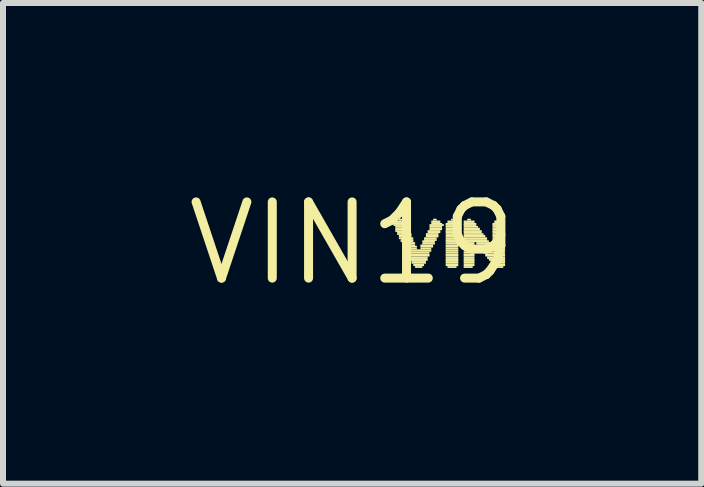
<source format=kicad_pcb>
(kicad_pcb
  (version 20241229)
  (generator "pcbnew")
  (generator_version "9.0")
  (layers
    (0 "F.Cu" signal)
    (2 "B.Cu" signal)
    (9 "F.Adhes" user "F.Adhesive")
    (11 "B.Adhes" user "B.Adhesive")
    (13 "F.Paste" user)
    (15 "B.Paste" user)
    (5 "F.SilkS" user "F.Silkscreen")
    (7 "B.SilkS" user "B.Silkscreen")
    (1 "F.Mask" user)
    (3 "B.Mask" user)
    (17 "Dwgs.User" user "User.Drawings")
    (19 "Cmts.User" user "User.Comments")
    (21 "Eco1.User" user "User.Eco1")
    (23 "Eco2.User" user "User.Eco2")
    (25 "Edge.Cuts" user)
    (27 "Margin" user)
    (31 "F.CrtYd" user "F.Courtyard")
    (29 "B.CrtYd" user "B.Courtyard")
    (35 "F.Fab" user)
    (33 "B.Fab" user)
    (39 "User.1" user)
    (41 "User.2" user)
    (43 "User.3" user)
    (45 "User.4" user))
  (footprint "VIN19"
    (layer "F.Cu")
    (at 2.819 1.006)
    (property "Reference" "VIN19" (at 0 0 0) (layer "F.SilkS") (effects (font (size 1.27 1.27) (thickness 0.15))))
    (fp_poly (pts (xy 0.69 -0.31) (xy 0.9 -0.31) (xy 0.9 -0.34) (xy 0.69 -0.34)) (stroke (width 0) (type default)) (fill yes) (layer "F.SilkS"))
    (fp_poly (pts (xy 0.69 -0.29) (xy 0.9 -0.29) (xy 0.9 -0.32) (xy 0.69 -0.32)) (stroke (width 0) (type default)) (fill yes) (layer "F.SilkS"))
    (fp_poly (pts (xy 0.72 -0.34) (xy 0.87 -0.34) (xy 0.87 -0.38) (xy 0.72 -0.38)) (stroke (width 0) (type default)) (fill yes) (layer "F.SilkS"))
    (fp_poly (pts (xy 0.72 -0.26) (xy 0.93 -0.26) (xy 0.93 -0.29) (xy 0.72 -0.29)) (stroke (width 0) (type default)) (fill yes) (layer "F.SilkS"))
    (fp_poly (pts (xy 0.72 -0.22) (xy 0.93 -0.22) (xy 0.93 -0.26) (xy 0.72 -0.26)) (stroke (width 0) (type default)) (fill yes) (layer "F.SilkS"))
    (fp_poly (pts (xy 0.72 -0.19) (xy 0.96 -0.19) (xy 0.96 -0.22) (xy 0.72 -0.22)) (stroke (width 0) (type default)) (fill yes) (layer "F.SilkS"))
    (fp_poly (pts (xy 0.75 -0.17) (xy 0.96 -0.17) (xy 0.96 -0.2) (xy 0.75 -0.2)) (stroke (width 0) (type default)) (fill yes) (layer "F.SilkS"))
    (fp_poly (pts (xy 0.75 -0.14) (xy 0.99 -0.14) (xy 0.99 -0.17) (xy 0.75 -0.17)) (stroke (width 0) (type default)) (fill yes) (layer "F.SilkS"))
    (fp_poly (pts (xy 0.78 -0.38) (xy 0.84 -0.38) (xy 0.84 -0.41) (xy 0.78 -0.41)) (stroke (width 0) (type default)) (fill yes) (layer "F.SilkS"))
    (fp_poly (pts (xy 0.78 -0.1) (xy 0.99 -0.1) (xy 0.99 -0.14) (xy 0.78 -0.14)) (stroke (width 0) (type default)) (fill yes) (layer "F.SilkS"))
    (fp_poly (pts (xy 0.78 -0.07) (xy 1.02 -0.07) (xy 1.02 -0.1) (xy 0.78 -0.1)) (stroke (width 0) (type default)) (fill yes) (layer "F.SilkS"))
    (fp_poly (pts (xy 0.81 -0.04) (xy 1.02 -0.04) (xy 1.02 -0.07) (xy 0.81 -0.07)) (stroke (width 0) (type default)) (fill yes) (layer "F.SilkS"))
    (fp_poly (pts (xy 0.81 -0.02) (xy 1.02 -0.02) (xy 1.02 -0.05) (xy 0.81 -0.05)) (stroke (width 0) (type default)) (fill yes) (layer "F.SilkS"))
    (fp_poly (pts (xy 0.84 0.02) (xy 1.05 0.02) (xy 1.05 -0.02) (xy 0.84 -0.02)) (stroke (width 0) (type default)) (fill yes) (layer "F.SilkS"))
    (fp_poly (pts (xy 0.84 0.05) (xy 1.05 0.05) (xy 1.05 0.02) (xy 0.84 0.02)) (stroke (width 0) (type default)) (fill yes) (layer "F.SilkS"))
    (fp_poly (pts (xy 0.87 0.07) (xy 1.08 0.07) (xy 1.08 0.04) (xy 0.87 0.04)) (stroke (width 0) (type default)) (fill yes) (layer "F.SilkS"))
    (fp_poly (pts (xy 0.87 0.1) (xy 1.08 0.1) (xy 1.08 0.07) (xy 0.87 0.07)) (stroke (width 0) (type default)) (fill yes) (layer "F.SilkS"))
    (fp_poly (pts (xy 0.9 0.14) (xy 1.32 0.14) (xy 1.32 0.1) (xy 0.9 0.1)) (stroke (width 0) (type default)) (fill yes) (layer "F.SilkS"))
    (fp_poly (pts (xy 0.9 0.17) (xy 1.29 0.17) (xy 1.29 0.14) (xy 0.9 0.14)) (stroke (width 0) (type default)) (fill yes) (layer "F.SilkS"))
    (fp_poly (pts (xy 0.93 0.2) (xy 1.29 0.2) (xy 1.29 0.17) (xy 0.93 0.17)) (stroke (width 0) (type default)) (fill yes) (layer "F.SilkS"))
    (fp_poly (pts (xy 0.93 0.22) (xy 1.29 0.22) (xy 1.29 0.19) (xy 0.93 0.19)) (stroke (width 0) (type default)) (fill yes) (layer "F.SilkS"))
    (fp_poly (pts (xy 0.96 0.26) (xy 1.26 0.26) (xy 1.26 0.22) (xy 0.96 0.22)) (stroke (width 0) (type default)) (fill yes) (layer "F.SilkS"))
    (fp_poly (pts (xy 0.96 0.29) (xy 1.26 0.29) (xy 1.26 0.26) (xy 0.96 0.26)) (stroke (width 0) (type default)) (fill yes) (layer "F.SilkS"))
    (fp_poly (pts (xy 0.99 0.31) (xy 1.23 0.31) (xy 1.23 0.28) (xy 0.99 0.28)) (stroke (width 0) (type default)) (fill yes) (layer "F.SilkS"))
    (fp_poly (pts (xy 0.99 0.34) (xy 1.23 0.34) (xy 1.23 0.31) (xy 0.99 0.31)) (stroke (width 0) (type default)) (fill yes) (layer "F.SilkS"))
    (fp_poly (pts (xy 1.02 0.38) (xy 1.2 0.38) (xy 1.2 0.34) (xy 1.02 0.34)) (stroke (width 0) (type default)) (fill yes) (layer "F.SilkS"))
    (fp_poly (pts (xy 1.05 0.41) (xy 1.17 0.41) (xy 1.17 0.38) (xy 1.05 0.38)) (stroke (width 0) (type default)) (fill yes) (layer "F.SilkS"))
    (fp_poly (pts (xy 1.14 0.05) (xy 1.35 0.05) (xy 1.35 0.02) (xy 1.14 0.02)) (stroke (width 0) (type default)) (fill yes) (layer "F.SilkS"))
    (fp_poly (pts (xy 1.14 0.07) (xy 1.35 0.07) (xy 1.35 0.04) (xy 1.14 0.04)) (stroke (width 0) (type default)) (fill yes) (layer "F.SilkS"))
    (fp_poly (pts (xy 1.14 0.1) (xy 1.32 0.1) (xy 1.32 0.07) (xy 1.14 0.07)) (stroke (width 0) (type default)) (fill yes) (layer "F.SilkS"))
    (fp_poly (pts (xy 1.17 -0.02) (xy 1.38 -0.02) (xy 1.38 -0.05) (xy 1.17 -0.05)) (stroke (width 0) (type default)) (fill yes) (layer "F.SilkS"))
    (fp_poly (pts (xy 1.17 0.02) (xy 1.38 0.02) (xy 1.38 -0.02) (xy 1.17 -0.02)) (stroke (width 0) (type default)) (fill yes) (layer "F.SilkS"))
    (fp_poly (pts (xy 1.2 -0.07) (xy 1.41 -0.07) (xy 1.41 -0.1) (xy 1.2 -0.1)) (stroke (width 0) (type default)) (fill yes) (layer "F.SilkS"))
    (fp_poly (pts (xy 1.2 -0.04) (xy 1.41 -0.04) (xy 1.41 -0.07) (xy 1.2 -0.07)) (stroke (width 0) (type default)) (fill yes) (layer "F.SilkS"))
    (fp_poly (pts (xy 1.23 -0.14) (xy 1.44 -0.14) (xy 1.44 -0.17) (xy 1.23 -0.17)) (stroke (width 0) (type default)) (fill yes) (layer "F.SilkS"))
    (fp_poly (pts (xy 1.23 -0.1) (xy 1.44 -0.1) (xy 1.44 -0.14) (xy 1.23 -0.14)) (stroke (width 0) (type default)) (fill yes) (layer "F.SilkS"))
    (fp_poly (pts (xy 1.26 -0.19) (xy 1.47 -0.19) (xy 1.47 -0.22) (xy 1.26 -0.22)) (stroke (width 0) (type default)) (fill yes) (layer "F.SilkS"))
    (fp_poly (pts (xy 1.26 -0.17) (xy 1.47 -0.17) (xy 1.47 -0.2) (xy 1.26 -0.2)) (stroke (width 0) (type default)) (fill yes) (layer "F.SilkS"))
    (fp_poly (pts (xy 1.29 -0.29) (xy 1.53 -0.29) (xy 1.53 -0.32) (xy 1.29 -0.32)) (stroke (width 0) (type default)) (fill yes) (layer "F.SilkS"))
    (fp_poly (pts (xy 1.29 -0.26) (xy 1.5 -0.26) (xy 1.5 -0.29) (xy 1.29 -0.29)) (stroke (width 0) (type default)) (fill yes) (layer "F.SilkS"))
    (fp_poly (pts (xy 1.29 -0.22) (xy 1.5 -0.22) (xy 1.5 -0.26) (xy 1.29 -0.26)) (stroke (width 0) (type default)) (fill yes) (layer "F.SilkS"))
    (fp_poly (pts (xy 1.32 -0.34) (xy 1.47 -0.34) (xy 1.47 -0.38) (xy 1.32 -0.38)) (stroke (width 0) (type default)) (fill yes) (layer "F.SilkS"))
    (fp_poly (pts (xy 1.32 -0.31) (xy 1.5 -0.31) (xy 1.5 -0.34) (xy 1.32 -0.34)) (stroke (width 0) (type default)) (fill yes) (layer "F.SilkS"))
    (fp_poly (pts (xy 1.35 -0.38) (xy 1.41 -0.38) (xy 1.41 -0.41) (xy 1.35 -0.41)) (stroke (width 0) (type default)) (fill yes) (layer "F.SilkS"))
    (fp_poly (pts (xy 1.56 -0.31) (xy 1.77 -0.31) (xy 1.77 -0.34) (xy 1.56 -0.34)) (stroke (width 0) (type default)) (fill yes) (layer "F.SilkS"))
    (fp_poly (pts (xy 1.56 -0.29) (xy 1.77 -0.29) (xy 1.77 -0.32) (xy 1.56 -0.32)) (stroke (width 0) (type default)) (fill yes) (layer "F.SilkS"))
    (fp_poly (pts (xy 1.56 -0.26) (xy 1.77 -0.26) (xy 1.77 -0.29) (xy 1.56 -0.29)) (stroke (width 0) (type default)) (fill yes) (layer "F.SilkS"))
    (fp_poly (pts (xy 1.56 -0.22) (xy 1.77 -0.22) (xy 1.77 -0.26) (xy 1.56 -0.26)) (stroke (width 0) (type default)) (fill yes) (layer "F.SilkS"))
    (fp_poly (pts (xy 1.56 -0.19) (xy 1.77 -0.19) (xy 1.77 -0.22) (xy 1.56 -0.22)) (stroke (width 0) (type default)) (fill yes) (layer "F.SilkS"))
    (fp_poly (pts (xy 1.56 -0.17) (xy 1.77 -0.17) (xy 1.77 -0.2) (xy 1.56 -0.2)) (stroke (width 0) (type default)) (fill yes) (layer "F.SilkS"))
    (fp_poly (pts (xy 1.56 -0.14) (xy 1.77 -0.14) (xy 1.77 -0.17) (xy 1.56 -0.17)) (stroke (width 0) (type default)) (fill yes) (layer "F.SilkS"))
    (fp_poly (pts (xy 1.56 -0.1) (xy 1.77 -0.1) (xy 1.77 -0.14) (xy 1.56 -0.14)) (stroke (width 0) (type default)) (fill yes) (layer "F.SilkS"))
    (fp_poly (pts (xy 1.56 -0.07) (xy 1.77 -0.07) (xy 1.77 -0.1) (xy 1.56 -0.1)) (stroke (width 0) (type default)) (fill yes) (layer "F.SilkS"))
    (fp_poly (pts (xy 1.56 -0.04) (xy 1.77 -0.04) (xy 1.77 -0.07) (xy 1.56 -0.07)) (stroke (width 0) (type default)) (fill yes) (layer "F.SilkS"))
    (fp_poly (pts (xy 1.56 -0.02) (xy 1.77 -0.02) (xy 1.77 -0.05) (xy 1.56 -0.05)) (stroke (width 0) (type default)) (fill yes) (layer "F.SilkS"))
    (fp_poly (pts (xy 1.56 0.02) (xy 1.77 0.02) (xy 1.77 -0.02) (xy 1.56 -0.02)) (stroke (width 0) (type default)) (fill yes) (layer "F.SilkS"))
    (fp_poly (pts (xy 1.56 0.05) (xy 1.77 0.05) (xy 1.77 0.02) (xy 1.56 0.02)) (stroke (width 0) (type default)) (fill yes) (layer "F.SilkS"))
    (fp_poly (pts (xy 1.56 0.07) (xy 1.77 0.07) (xy 1.77 0.04) (xy 1.56 0.04)) (stroke (width 0) (type default)) (fill yes) (layer "F.SilkS"))
    (fp_poly (pts (xy 1.56 0.1) (xy 1.77 0.1) (xy 1.77 0.07) (xy 1.56 0.07)) (stroke (width 0) (type default)) (fill yes) (layer "F.SilkS"))
    (fp_poly (pts (xy 1.56 0.14) (xy 1.77 0.14) (xy 1.77 0.1) (xy 1.56 0.1)) (stroke (width 0) (type default)) (fill yes) (layer "F.SilkS"))
    (fp_poly (pts (xy 1.56 0.17) (xy 1.77 0.17) (xy 1.77 0.14) (xy 1.56 0.14)) (stroke (width 0) (type default)) (fill yes) (layer "F.SilkS"))
    (fp_poly (pts (xy 1.56 0.2) (xy 1.77 0.2) (xy 1.77 0.17) (xy 1.56 0.17)) (stroke (width 0) (type default)) (fill yes) (layer "F.SilkS"))
    (fp_poly (pts (xy 1.56 0.22) (xy 1.77 0.22) (xy 1.77 0.19) (xy 1.56 0.19)) (stroke (width 0) (type default)) (fill yes) (layer "F.SilkS"))
    (fp_poly (pts (xy 1.56 0.26) (xy 1.77 0.26) (xy 1.77 0.22) (xy 1.56 0.22)) (stroke (width 0) (type default)) (fill yes) (layer "F.SilkS"))
    (fp_poly (pts (xy 1.56 0.29) (xy 1.77 0.29) (xy 1.77 0.26) (xy 1.56 0.26)) (stroke (width 0) (type default)) (fill yes) (layer "F.SilkS"))
    (fp_poly (pts (xy 1.56 0.31) (xy 1.77 0.31) (xy 1.77 0.28) (xy 1.56 0.28)) (stroke (width 0) (type default)) (fill yes) (layer "F.SilkS"))
    (fp_poly (pts (xy 1.56 0.34) (xy 1.77 0.34) (xy 1.77 0.31) (xy 1.56 0.31)) (stroke (width 0) (type default)) (fill yes) (layer "F.SilkS"))
    (fp_poly (pts (xy 1.56 0.38) (xy 1.77 0.38) (xy 1.77 0.34) (xy 1.56 0.34)) (stroke (width 0) (type default)) (fill yes) (layer "F.SilkS"))
    (fp_poly (pts (xy 1.59 -0.34) (xy 1.77 -0.34) (xy 1.77 -0.38) (xy 1.59 -0.38)) (stroke (width 0) (type default)) (fill yes) (layer "F.SilkS"))
    (fp_poly (pts (xy 1.59 0.41) (xy 1.74 0.41) (xy 1.74 0.38) (xy 1.59 0.38)) (stroke (width 0) (type default)) (fill yes) (layer "F.SilkS"))
    (fp_poly (pts (xy 1.65 -0.38) (xy 1.68 -0.38) (xy 1.68 -0.41) (xy 1.65 -0.41)) (stroke (width 0) (type default)) (fill yes) (layer "F.SilkS"))
    (fp_poly (pts (xy 1.86 -0.34) (xy 2.04 -0.34) (xy 2.04 -0.38) (xy 1.86 -0.38)) (stroke (width 0) (type default)) (fill yes) (layer "F.SilkS"))
    (fp_poly (pts (xy 1.86 -0.31) (xy 2.07 -0.31) (xy 2.07 -0.34) (xy 1.86 -0.34)) (stroke (width 0) (type default)) (fill yes) (layer "F.SilkS"))
    (fp_poly (pts (xy 1.86 -0.29) (xy 2.07 -0.29) (xy 2.07 -0.32) (xy 1.86 -0.32)) (stroke (width 0) (type default)) (fill yes) (layer "F.SilkS"))
    (fp_poly (pts (xy 1.86 -0.26) (xy 2.1 -0.26) (xy 2.1 -0.29) (xy 1.86 -0.29)) (stroke (width 0) (type default)) (fill yes) (layer "F.SilkS"))
    (fp_poly (pts (xy 1.86 -0.22) (xy 2.13 -0.22) (xy 2.13 -0.26) (xy 1.86 -0.26)) (stroke (width 0) (type default)) (fill yes) (layer "F.SilkS"))
    (fp_poly (pts (xy 1.86 -0.19) (xy 2.16 -0.19) (xy 2.16 -0.22) (xy 1.86 -0.22)) (stroke (width 0) (type default)) (fill yes) (layer "F.SilkS"))
    (fp_poly (pts (xy 1.86 -0.17) (xy 2.16 -0.17) (xy 2.16 -0.2) (xy 1.86 -0.2)) (stroke (width 0) (type default)) (fill yes) (layer "F.SilkS"))
    (fp_poly (pts (xy 1.86 -0.14) (xy 2.19 -0.14) (xy 2.19 -0.17) (xy 1.86 -0.17)) (stroke (width 0) (type default)) (fill yes) (layer "F.SilkS"))
    (fp_poly (pts (xy 1.86 -0.1) (xy 2.22 -0.1) (xy 2.22 -0.14) (xy 1.86 -0.14)) (stroke (width 0) (type default)) (fill yes) (layer "F.SilkS"))
    (fp_poly (pts (xy 1.86 -0.07) (xy 2.25 -0.07) (xy 2.25 -0.1) (xy 1.86 -0.1)) (stroke (width 0) (type default)) (fill yes) (layer "F.SilkS"))
    (fp_poly (pts (xy 1.86 -0.04) (xy 2.25 -0.04) (xy 2.25 -0.07) (xy 1.86 -0.07)) (stroke (width 0) (type default)) (fill yes) (layer "F.SilkS"))
    (fp_poly (pts (xy 1.86 -0.02) (xy 2.28 -0.02) (xy 2.28 -0.05) (xy 1.86 -0.05)) (stroke (width 0) (type default)) (fill yes) (layer "F.SilkS"))
    (fp_poly (pts (xy 1.86 0.02) (xy 2.04 0.02) (xy 2.04 -0.02) (xy 1.86 -0.02)) (stroke (width 0) (type default)) (fill yes) (layer "F.SilkS"))
    (fp_poly (pts (xy 1.86 0.05) (xy 2.04 0.05) (xy 2.04 0.02) (xy 1.86 0.02)) (stroke (width 0) (type default)) (fill yes) (layer "F.SilkS"))
    (fp_poly (pts (xy 1.86 0.07) (xy 2.04 0.07) (xy 2.04 0.04) (xy 1.86 0.04)) (stroke (width 0) (type default)) (fill yes) (layer "F.SilkS"))
    (fp_poly (pts (xy 1.86 0.1) (xy 2.04 0.1) (xy 2.04 0.07) (xy 1.86 0.07)) (stroke (width 0) (type default)) (fill yes) (layer "F.SilkS"))
    (fp_poly (pts (xy 1.86 0.14) (xy 2.04 0.14) (xy 2.04 0.1) (xy 1.86 0.1)) (stroke (width 0) (type default)) (fill yes) (layer "F.SilkS"))
    (fp_poly (pts (xy 1.86 0.17) (xy 2.04 0.17) (xy 2.04 0.14) (xy 1.86 0.14)) (stroke (width 0) (type default)) (fill yes) (layer "F.SilkS"))
    (fp_poly (pts (xy 1.86 0.2) (xy 2.04 0.2) (xy 2.04 0.17) (xy 1.86 0.17)) (stroke (width 0) (type default)) (fill yes) (layer "F.SilkS"))
    (fp_poly (pts (xy 1.86 0.22) (xy 2.04 0.22) (xy 2.04 0.19) (xy 1.86 0.19)) (stroke (width 0) (type default)) (fill yes) (layer "F.SilkS"))
    (fp_poly (pts (xy 1.86 0.26) (xy 2.04 0.26) (xy 2.04 0.22) (xy 1.86 0.22)) (stroke (width 0) (type default)) (fill yes) (layer "F.SilkS"))
    (fp_poly (pts (xy 1.86 0.29) (xy 2.04 0.29) (xy 2.04 0.26) (xy 1.86 0.26)) (stroke (width 0) (type default)) (fill yes) (layer "F.SilkS"))
    (fp_poly (pts (xy 1.86 0.31) (xy 2.04 0.31) (xy 2.04 0.28) (xy 1.86 0.28)) (stroke (width 0) (type default)) (fill yes) (layer "F.SilkS"))
    (fp_poly (pts (xy 1.86 0.34) (xy 2.04 0.34) (xy 2.04 0.31) (xy 1.86 0.31)) (stroke (width 0) (type default)) (fill yes) (layer "F.SilkS"))
    (fp_poly (pts (xy 1.86 0.38) (xy 2.04 0.38) (xy 2.04 0.34) (xy 1.86 0.34)) (stroke (width 0) (type default)) (fill yes) (layer "F.SilkS"))
    (fp_poly (pts (xy 1.86 0.41) (xy 2.01 0.41) (xy 2.01 0.38) (xy 1.86 0.38)) (stroke (width 0) (type default)) (fill yes) (layer "F.SilkS"))
    (fp_poly (pts (xy 1.92 -0.38) (xy 1.98 -0.38) (xy 1.98 -0.41) (xy 1.92 -0.41)) (stroke (width 0) (type default)) (fill yes) (layer "F.SilkS"))
    (fp_poly (pts (xy 2.07 0.02) (xy 2.31 0.02) (xy 2.31 -0.02) (xy 2.07 -0.02)) (stroke (width 0) (type default)) (fill yes) (layer "F.SilkS"))
    (fp_poly (pts (xy 2.1 0.05) (xy 2.55 0.05) (xy 2.55 0.02) (xy 2.1 0.02)) (stroke (width 0) (type default)) (fill yes) (layer "F.SilkS"))
    (fp_poly (pts (xy 2.13 0.07) (xy 2.55 0.07) (xy 2.55 0.04) (xy 2.13 0.04)) (stroke (width 0) (type default)) (fill yes) (layer "F.SilkS"))
    (fp_poly (pts (xy 2.13 0.1) (xy 2.55 0.1) (xy 2.55 0.07) (xy 2.13 0.07)) (stroke (width 0) (type default)) (fill yes) (layer "F.SilkS"))
    (fp_poly (pts (xy 2.16 0.14) (xy 2.55 0.14) (xy 2.55 0.1) (xy 2.16 0.1)) (stroke (width 0) (type default)) (fill yes) (layer "F.SilkS"))
    (fp_poly (pts (xy 2.19 0.17) (xy 2.55 0.17) (xy 2.55 0.14) (xy 2.19 0.14)) (stroke (width 0) (type default)) (fill yes) (layer "F.SilkS"))
    (fp_poly (pts (xy 2.22 0.2) (xy 2.55 0.2) (xy 2.55 0.17) (xy 2.22 0.17)) (stroke (width 0) (type default)) (fill yes) (layer "F.SilkS"))
    (fp_poly (pts (xy 2.22 0.22) (xy 2.55 0.22) (xy 2.55 0.19) (xy 2.22 0.19)) (stroke (width 0) (type default)) (fill yes) (layer "F.SilkS"))
    (fp_poly (pts (xy 2.25 0.26) (xy 2.55 0.26) (xy 2.55 0.22) (xy 2.25 0.22)) (stroke (width 0) (type default)) (fill yes) (layer "F.SilkS"))
    (fp_poly (pts (xy 2.28 0.29) (xy 2.55 0.29) (xy 2.55 0.26) (xy 2.28 0.26)) (stroke (width 0) (type default)) (fill yes) (layer "F.SilkS"))
    (fp_poly (pts (xy 2.31 0.31) (xy 2.55 0.31) (xy 2.55 0.28) (xy 2.31 0.28)) (stroke (width 0) (type default)) (fill yes) (layer "F.SilkS"))
    (fp_poly (pts (xy 2.31 0.34) (xy 2.55 0.34) (xy 2.55 0.31) (xy 2.31 0.31)) (stroke (width 0) (type default)) (fill yes) (layer "F.SilkS"))
    (fp_poly (pts (xy 2.34 -0.31) (xy 2.55 -0.31) (xy 2.55 -0.34) (xy 2.34 -0.34)) (stroke (width 0) (type default)) (fill yes) (layer "F.SilkS"))
    (fp_poly (pts (xy 2.34 -0.29) (xy 2.55 -0.29) (xy 2.55 -0.32) (xy 2.34 -0.32)) (stroke (width 0) (type default)) (fill yes) (layer "F.SilkS"))
    (fp_poly (pts (xy 2.34 -0.26) (xy 2.55 -0.26) (xy 2.55 -0.29) (xy 2.34 -0.29)) (stroke (width 0) (type default)) (fill yes) (layer "F.SilkS"))
    (fp_poly (pts (xy 2.34 -0.22) (xy 2.55 -0.22) (xy 2.55 -0.26) (xy 2.34 -0.26)) (stroke (width 0) (type default)) (fill yes) (layer "F.SilkS"))
    (fp_poly (pts (xy 2.34 -0.19) (xy 2.55 -0.19) (xy 2.55 -0.22) (xy 2.34 -0.22)) (stroke (width 0) (type default)) (fill yes) (layer "F.SilkS"))
    (fp_poly (pts (xy 2.34 -0.17) (xy 2.55 -0.17) (xy 2.55 -0.2) (xy 2.34 -0.2)) (stroke (width 0) (type default)) (fill yes) (layer "F.SilkS"))
    (fp_poly (pts (xy 2.34 -0.14) (xy 2.55 -0.14) (xy 2.55 -0.17) (xy 2.34 -0.17)) (stroke (width 0) (type default)) (fill yes) (layer "F.SilkS"))
    (fp_poly (pts (xy 2.34 -0.1) (xy 2.55 -0.1) (xy 2.55 -0.14) (xy 2.34 -0.14)) (stroke (width 0) (type default)) (fill yes) (layer "F.SilkS"))
    (fp_poly (pts (xy 2.34 -0.07) (xy 2.55 -0.07) (xy 2.55 -0.1) (xy 2.34 -0.1)) (stroke (width 0) (type default)) (fill yes) (layer "F.SilkS"))
    (fp_poly (pts (xy 2.34 -0.04) (xy 2.55 -0.04) (xy 2.55 -0.07) (xy 2.34 -0.07)) (stroke (width 0) (type default)) (fill yes) (layer "F.SilkS"))
    (fp_poly (pts (xy 2.34 -0.02) (xy 2.55 -0.02) (xy 2.55 -0.05) (xy 2.34 -0.05)) (stroke (width 0) (type default)) (fill yes) (layer "F.SilkS"))
    (fp_poly (pts (xy 2.34 0.02) (xy 2.55 0.02) (xy 2.55 -0.02) (xy 2.34 -0.02)) (stroke (width 0) (type default)) (fill yes) (layer "F.SilkS"))
    (fp_poly (pts (xy 2.34 0.38) (xy 2.55 0.38) (xy 2.55 0.34) (xy 2.34 0.34)) (stroke (width 0) (type default)) (fill yes) (layer "F.SilkS"))
    (fp_poly (pts (xy 2.37 -0.34) (xy 2.55 -0.34) (xy 2.55 -0.38) (xy 2.37 -0.38)) (stroke (width 0) (type default)) (fill yes) (layer "F.SilkS"))
    (fp_poly (pts (xy 2.37 0.41) (xy 2.52 0.41) (xy 2.52 0.38) (xy 2.37 0.38)) (stroke (width 0) (type default)) (fill yes) (layer "F.SilkS"))
    (fp_poly (pts (xy 2.43 -0.38) (xy 2.46 -0.38) (xy 2.46 -0.41) (xy 2.43 -0.41)) (stroke (width 0) (type default)) (fill yes) (layer "F.SilkS")))
  (gr_rect
    (start -3 -3)
    (end 8.639 5.012)
    (stroke (width 0.1) (type default))
    (fill no)
    (layer "Edge.Cuts")))
</source>
